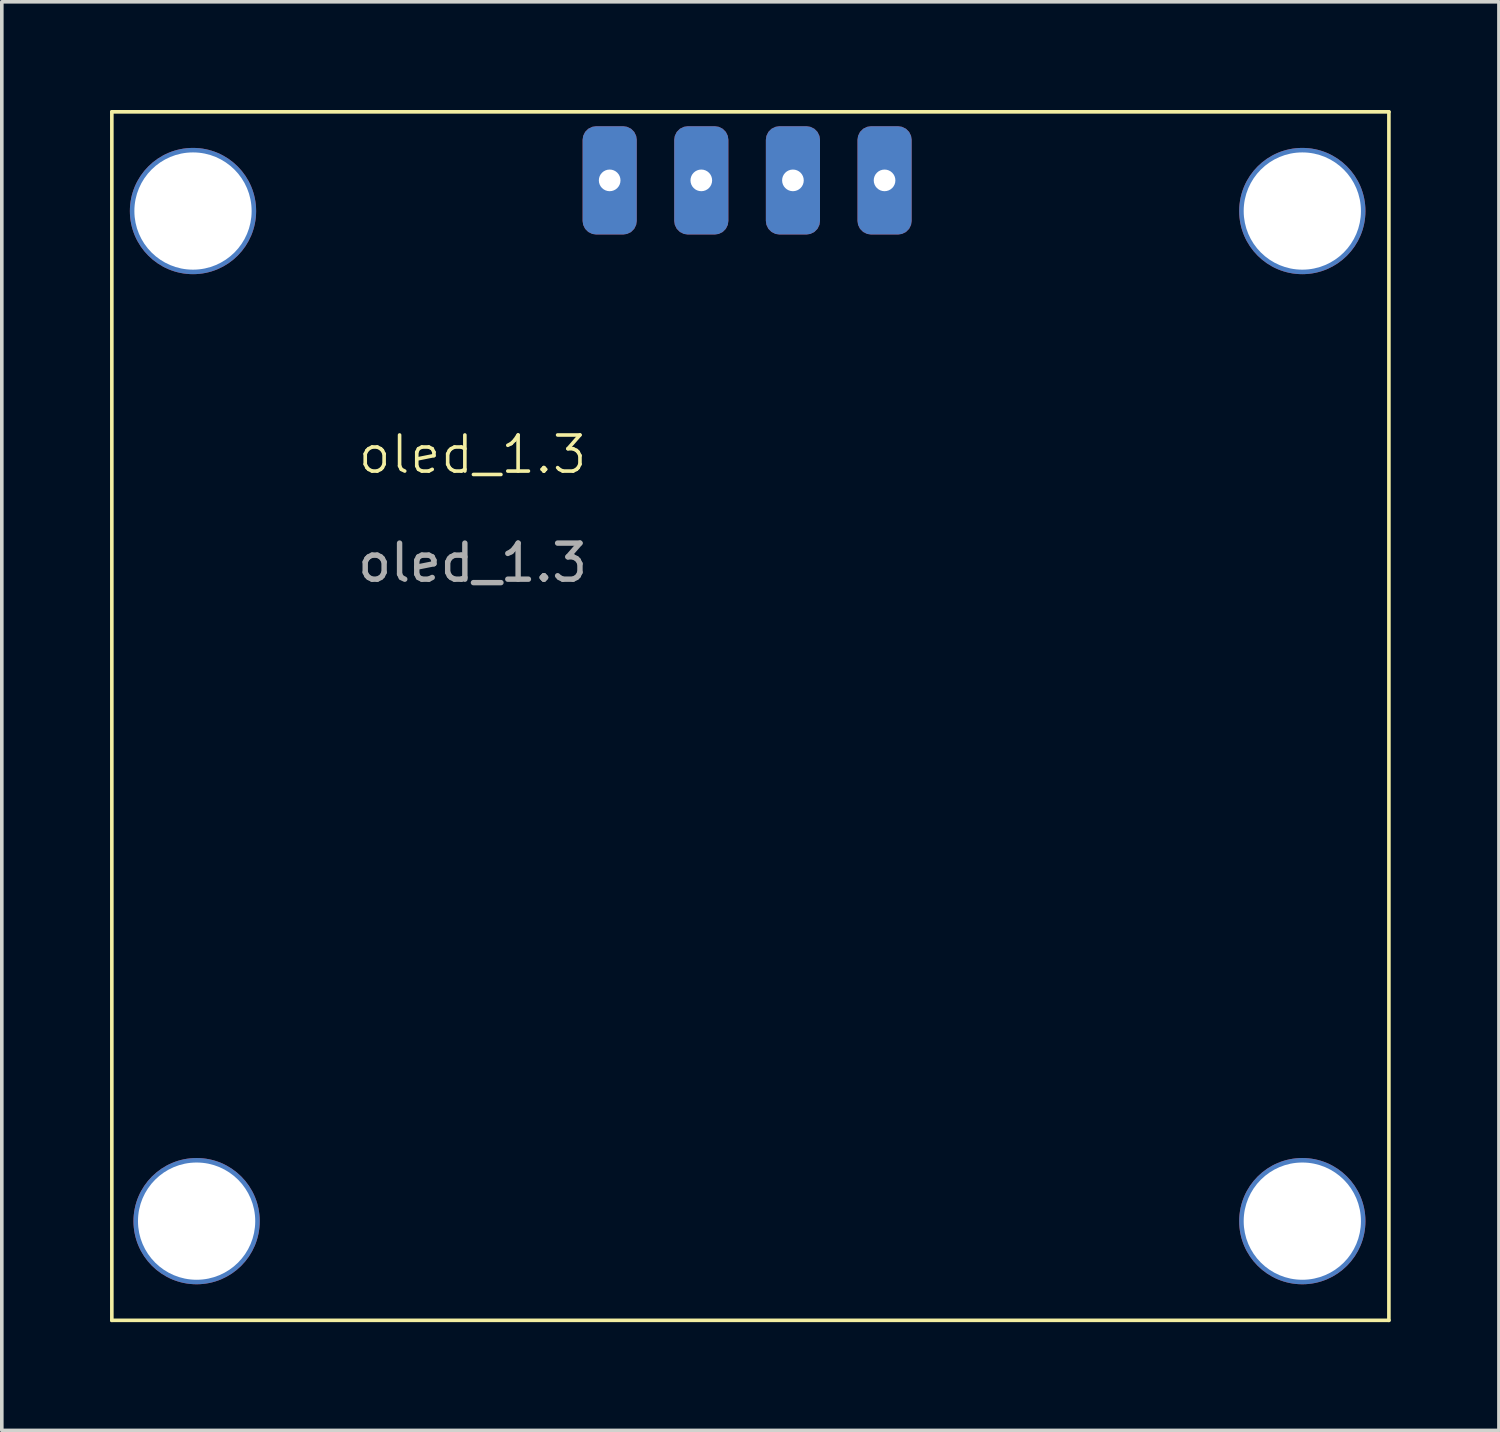
<source format=kicad_pcb>
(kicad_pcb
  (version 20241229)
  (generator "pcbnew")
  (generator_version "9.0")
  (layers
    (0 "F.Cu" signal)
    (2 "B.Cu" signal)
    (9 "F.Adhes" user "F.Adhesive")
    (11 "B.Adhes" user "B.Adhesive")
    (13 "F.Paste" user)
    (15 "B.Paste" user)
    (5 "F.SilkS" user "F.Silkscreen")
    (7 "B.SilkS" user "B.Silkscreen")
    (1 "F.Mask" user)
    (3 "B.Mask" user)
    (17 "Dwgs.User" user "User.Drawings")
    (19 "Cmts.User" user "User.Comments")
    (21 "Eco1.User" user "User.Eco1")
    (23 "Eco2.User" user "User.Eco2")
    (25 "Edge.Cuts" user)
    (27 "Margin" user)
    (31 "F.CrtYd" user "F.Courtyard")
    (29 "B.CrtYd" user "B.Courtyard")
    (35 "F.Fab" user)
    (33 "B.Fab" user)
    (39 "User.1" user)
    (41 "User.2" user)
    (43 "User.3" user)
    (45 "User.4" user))
  (footprint "oled_1.3"
    (layer "F.Cu")
    (at 10.05 10.05)
    (property "Reference" "oled_1.3" (at 0 -0.5 0) (unlocked yes) (layer "F.SilkS") (effects (font (size 1 1) (thickness 0.1))))
    (attr smd)
    (fp_line (start -10 -10) (end 25.4 -10) (stroke (width 0.1) (type default)) (layer "F.SilkS"))
    (fp_line (start -10 23.5) (end -10 -10) (stroke (width 0.1) (type default)) (layer "F.SilkS"))
    (fp_line (start 25.4 -10) (end 25.4 23.5) (stroke (width 0.1) (type default)) (layer "F.SilkS"))
    (fp_line (start 25.4 23.5) (end -10 23.5) (stroke (width 0.1) (type default)) (layer "F.SilkS"))
    (fp_text user "${REFERENCE}" (at 0 2.5 0) (unlocked yes) (layer "F.Fab") (effects (font (size 1 1) (thickness 0.15))))
    (pad "" thru_hole circle (at -7.75 -7.25) (size 3.5 3.5) (drill 3.25) (layers "*.Cu" "*.Mask"))
    (pad "" thru_hole circle (at -7.65 20.75) (size 3.5 3.5) (drill 3.25) (layers "*.Cu" "*.Mask"))
    (pad "" thru_hole circle (at 23 -7.25) (size 3.5 3.5) (drill 3.25) (layers "*.Cu" "*.Mask"))
    (pad "" thru_hole circle (at 23 20.75) (size 3.5 3.5) (drill 3.25) (layers "*.Cu" "*.Mask"))
    (pad "1" thru_hole roundrect (at 3.8 -8.1 90) (size 3 1.5) (drill 0.6) (layers "*.Cu" "*.Mask") (roundrect_rratio 0.25))
    (pad "2" thru_hole roundrect (at 6.34 -8.1 90) (size 3 1.5) (drill 0.6) (layers "*.Cu" "*.Mask") (roundrect_rratio 0.25))
    (pad "3" thru_hole roundrect (at 8.88 -8.1 90) (size 3 1.5) (drill 0.6) (layers "*.Cu" "*.Mask") (roundrect_rratio 0.25))
    (pad "4" thru_hole roundrect (at 11.42 -8.1 90) (size 3 1.5) (drill 0.6) (layers "*.Cu" "*.Mask") (roundrect_rratio 0.25)))
  (gr_rect
    (start -3 -3)
    (end 38.5 36.6)
    (stroke (width 0.1) (type default))
    (fill no)
    (layer "Edge.Cuts")))
</source>
